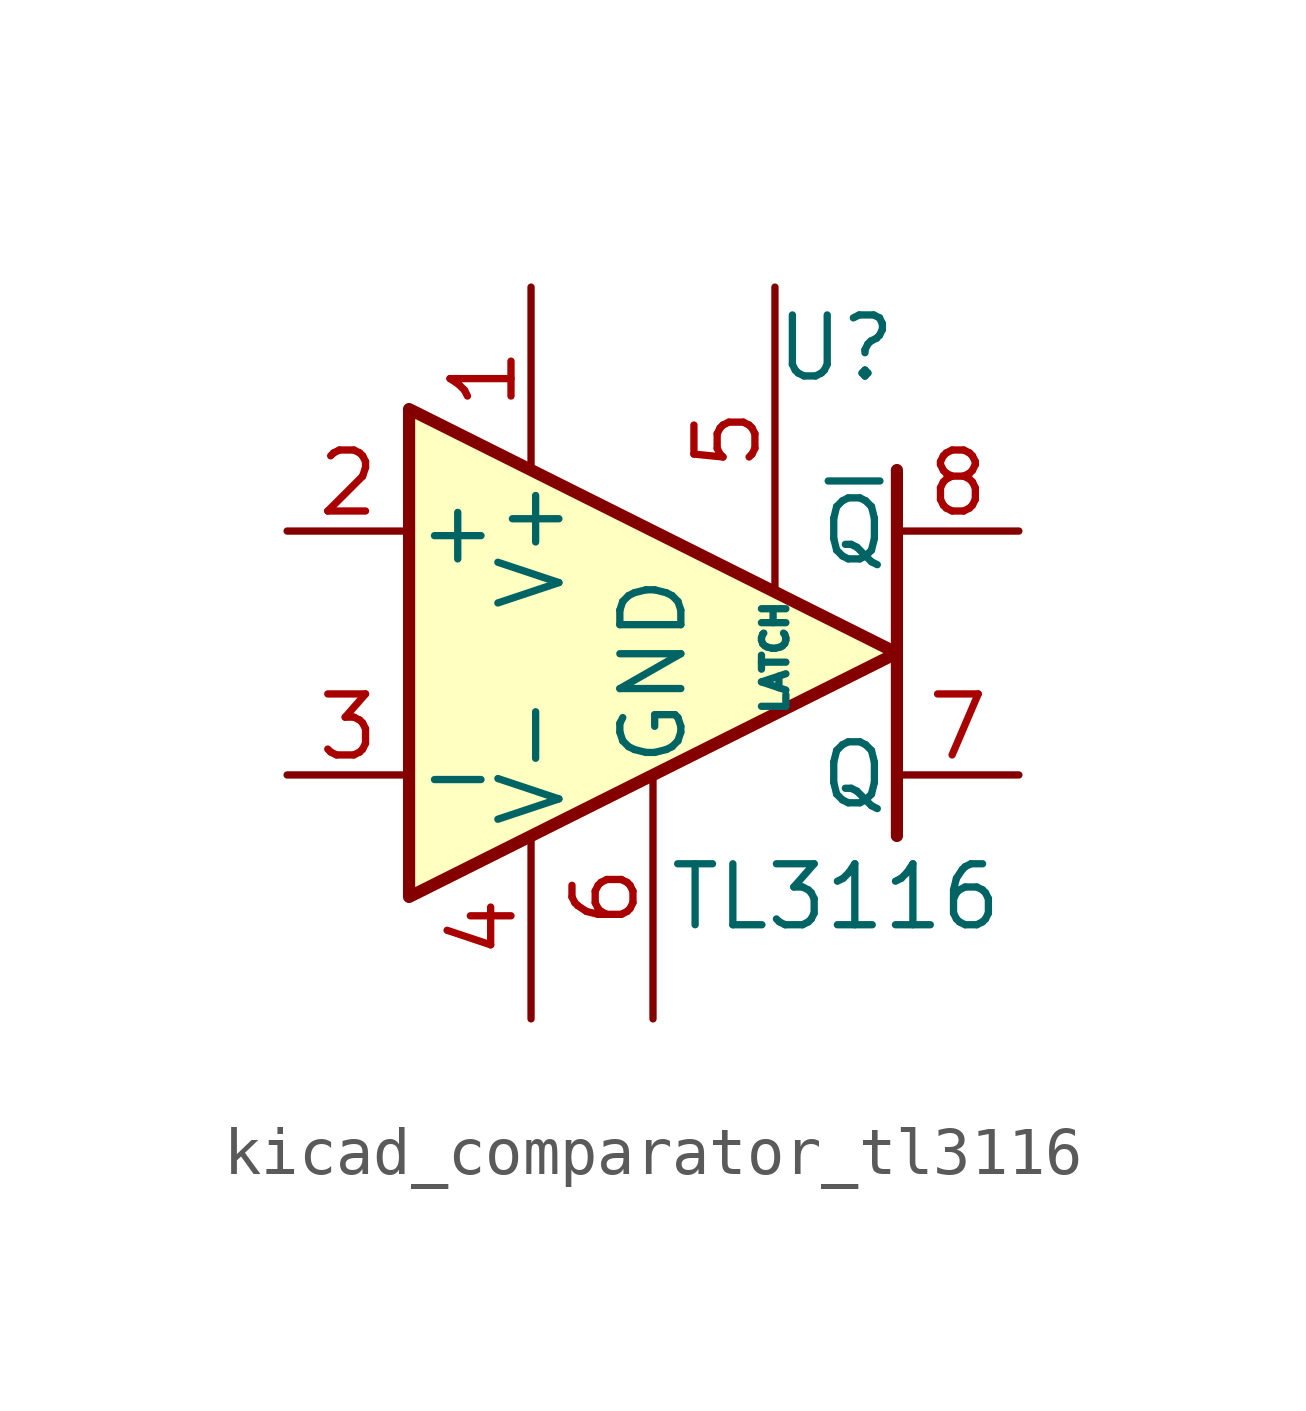
<source format=kicad_sym>
(kicad_symbol_lib
  (version 20220914)
  (generator kicad_symbol_editor)
  (symbol "kicad_comparator_tl3116"
    (pin_names
      (offset 0.127))
    (property "Reference" "U"
      (at 3.81 6.35 0)
      (effects (font (size 1.27 1.27))))
    (property "Value" "TL3116"
      (at 3.81 -5.08 0)
      (effects (font (size 1.27 1.27))))
    (symbol "kicad_comparator_tl3116_0_1"
      (polyline (pts (xy 5.08 3.81) (xy 5.08 -3.81)) (stroke (width 0.254) (type default)) (fill (type none)))
      (polyline (pts (xy -5.08 5.08) (xy 5.08 0) (xy -5.08 -5.08) (xy -5.08 5.08)) (stroke (width 0.254) (type default)) (fill (type background))))
    (symbol "kicad_comparator_tl3116_1_1"
      (pin power_in line (at -2.54 7.62 270) (length 3.81) (name "V+" (effects (font (size 1.27 1.27)))) (number "1" (effects (font (size 1.27 1.27)))))
      (pin input line (at -7.62 2.54 0) (length 2.54) (name "+" (effects (font (size 1.27 1.27)))) (number "2" (effects (font (size 1.27 1.27)))))
      (pin input line (at -7.62 -2.54 0) (length 2.54) (name "-" (effects (font (size 1.27 1.27)))) (number "3" (effects (font (size 1.27 1.27)))))
      (pin power_in line (at -2.54 -7.62 90) (length 3.81) (name "V-" (effects (font (size 1.27 1.27)))) (number "4" (effects (font (size 1.27 1.27)))))
      (pin input line (at 2.54 7.62 270) (length 6.35) (name "LATCH" (effects (font (size 0.508 0.508)))) (number "5" (effects (font (size 1.27 1.27)))))
      (pin power_in line (at 0 -7.62 90) (length 5.08) (name "GND" (effects (font (size 1.27 1.27)))) (number "6" (effects (font (size 1.27 1.27)))))
      (pin output line (at 7.62 -2.54 180) (length 2.54) (name "Q" (effects (font (size 1.27 1.27)))) (number "7" (effects (font (size 1.27 1.27)))))
      (pin output line (at 7.62 2.54 180) (length 2.54) (name "~{Q}" (effects (font (size 1.27 1.27)))) (number "8" (effects (font (size 1.27 1.27))))))))
</source>
